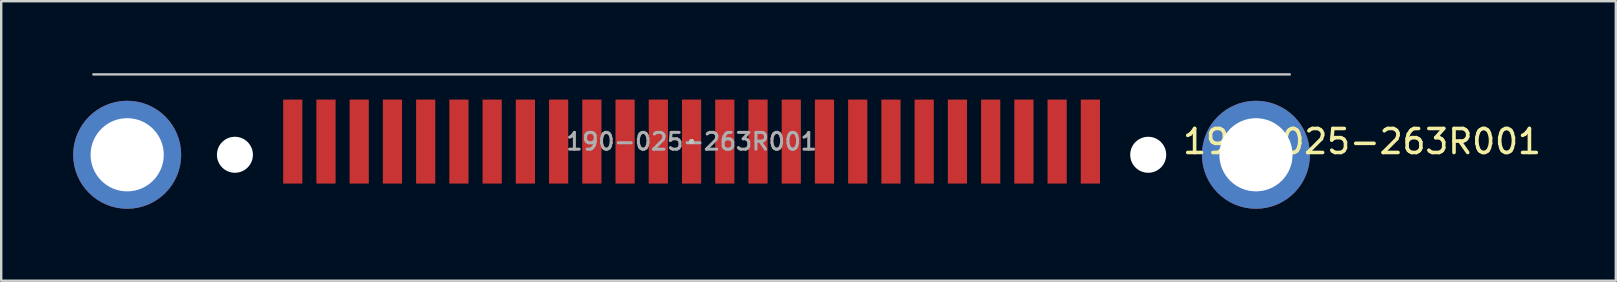
<source format=kicad_pcb>
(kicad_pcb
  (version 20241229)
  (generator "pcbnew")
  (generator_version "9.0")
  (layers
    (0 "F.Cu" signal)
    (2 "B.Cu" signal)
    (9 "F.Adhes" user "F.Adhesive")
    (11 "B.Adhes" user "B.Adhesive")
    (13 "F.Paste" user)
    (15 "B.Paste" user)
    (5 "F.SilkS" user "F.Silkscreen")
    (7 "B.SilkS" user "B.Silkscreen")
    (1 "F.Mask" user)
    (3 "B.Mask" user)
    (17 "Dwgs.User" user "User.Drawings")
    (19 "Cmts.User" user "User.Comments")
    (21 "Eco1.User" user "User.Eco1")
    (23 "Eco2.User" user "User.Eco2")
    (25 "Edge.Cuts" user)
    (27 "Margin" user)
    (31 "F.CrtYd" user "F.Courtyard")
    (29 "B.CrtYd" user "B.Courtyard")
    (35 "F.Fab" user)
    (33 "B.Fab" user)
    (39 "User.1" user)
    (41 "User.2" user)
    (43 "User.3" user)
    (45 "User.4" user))
  (footprint "190-025-263R001"
    (layer "F.Cu")
    (at 25.77 2.85)
    (property "Reference" "190-025-263R001" (at 27.94 0 0) (layer "F.SilkS") (effects (font (size 1 1) (thickness 0.15))))
    (attr through_hole)
    (fp_line (start 0 0) (end 0 0) (stroke (width 0.1) (type solid)) (layer "Dwgs.User"))
    (fp_line (start 0 0) (end 0 0) (stroke (width 0.1) (type solid)) (layer "Dwgs.User"))
    (fp_line (start 0 0) (end 0 0) (stroke (width 0.1) (type solid)) (layer "Dwgs.User"))
    (fp_line (start 0 0) (end 0 0) (stroke (width 0.1) (type solid)) (layer "Dwgs.User"))
    (fp_line (start 0 0) (end 0 0) (stroke (width 0.1) (type solid)) (layer "Dwgs.User"))
    (fp_line (start 0 0) (end 0 0) (stroke (width 0.1) (type solid)) (layer "Dwgs.User"))
    (fp_line (start 0 0) (end 0 0) (stroke (width 0.1) (type solid)) (layer "Dwgs.User"))
    (fp_line (start 0 0) (end 0 0) (stroke (width 0.1) (type solid)) (layer "Dwgs.User"))
    (fp_line (start 0 0) (end 0 0) (stroke (width 0.1) (type solid)) (layer "Dwgs.User"))
    (fp_line (start 0 0) (end 0 0) (stroke (width 0.1) (type solid)) (layer "Dwgs.User"))
    (fp_line (start 0 0) (end 0 0) (stroke (width 0.1) (type solid)) (layer "Dwgs.User"))
    (fp_line (start 0 0) (end 0 0) (stroke (width 0.1) (type solid)) (layer "Dwgs.User"))
    (fp_line (start 0 0) (end 0 0) (stroke (width 0.1) (type solid)) (layer "Dwgs.User"))
    (fp_line (start 0 0) (end 0 0) (stroke (width 0.1) (type solid)) (layer "Dwgs.User"))
    (fp_line (start 0 0) (end 0 0) (stroke (width 0.1) (type solid)) (layer "Dwgs.User"))
    (fp_line (start 0 0) (end 0 0) (stroke (width 0.1) (type solid)) (layer "Dwgs.User"))
    (fp_line (start 0 0) (end 0 0) (stroke (width 0.1) (type solid)) (layer "Dwgs.User"))
    (fp_line (start 0 0) (end 0 0) (stroke (width 0.1) (type solid)) (layer "Dwgs.User"))
    (fp_line (start 0 0) (end 0 0) (stroke (width 0.1) (type solid)) (layer "Dwgs.User"))
    (fp_line (start 0 0) (end 0 0) (stroke (width 0.1) (type solid)) (layer "Dwgs.User"))
    (fp_line (start 0 0) (end 0 0) (stroke (width 0.1) (type solid)) (layer "Dwgs.User"))
    (fp_line (start 0 0) (end 0 0) (stroke (width 0.1) (type solid)) (layer "Dwgs.User"))
    (fp_line (start 0 0) (end 0 0) (stroke (width 0.1) (type solid)) (layer "Dwgs.User"))
    (fp_line (start 0 0) (end 0 0) (stroke (width 0.1) (type solid)) (layer "Dwgs.User"))
    (fp_line (start 0 0) (end 0 0) (stroke (width 0.1) (type solid)) (layer "Dwgs.User"))
    (fp_line (start 0 0) (end 0 0) (stroke (width 0.1) (type solid)) (layer "Dwgs.User"))
    (fp_line (start 0 0) (end 0 0) (stroke (width 0.1) (type solid)) (layer "Dwgs.User"))
    (fp_line (start 0 0) (end 0 0) (stroke (width 0.1) (type solid)) (layer "Dwgs.User"))
    (fp_line (start 0 0) (end 0 0) (stroke (width 0.1) (type solid)) (layer "Dwgs.User"))
    (fp_line (start 0 0) (end 0 0) (stroke (width 0.1) (type solid)) (layer "Dwgs.User"))
    (fp_line (start 0 0) (end 0 0) (stroke (width 0.1) (type solid)) (layer "Dwgs.User"))
    (fp_line (start 0 0) (end 0 0) (stroke (width 0.1) (type solid)) (layer "Dwgs.User"))
    (fp_line (start 0 0) (end 0 0) (stroke (width 0.1) (type solid)) (layer "Dwgs.User"))
    (fp_line (start 0 0) (end 0 0) (stroke (width 0.1) (type solid)) (layer "Dwgs.User"))
    (fp_line (start 0 0) (end 0 0) (stroke (width 0.1) (type solid)) (layer "Dwgs.User"))
    (fp_line (start 0 0) (end 0 0) (stroke (width 0.1) (type solid)) (layer "Dwgs.User"))
    (fp_line (start 0 0) (end 0 0) (stroke (width 0.1) (type solid)) (layer "Dwgs.User"))
    (fp_line (start 0 0) (end 0 0) (stroke (width 0.1) (type solid)) (layer "Dwgs.User"))
    (fp_line (start 0 0) (end 0 0) (stroke (width 0.1) (type solid)) (layer "Dwgs.User"))
    (fp_line (start 0 0) (end 0 0) (stroke (width 0.1) (type solid)) (layer "Dwgs.User"))
    (fp_line (start 0 0) (end 0 0) (stroke (width 0.1) (type solid)) (layer "Dwgs.User"))
    (fp_line (start 0 0) (end 0 0) (stroke (width 0.1) (type solid)) (layer "Dwgs.User"))
    (fp_line (start 0 0) (end 0 0) (stroke (width 0.1) (type solid)) (layer "Dwgs.User"))
    (fp_line (start 0 0) (end 0 0) (stroke (width 0.1) (type solid)) (layer "Dwgs.User"))
    (fp_line (start 0 0) (end 0 0) (stroke (width 0.1) (type solid)) (layer "Dwgs.User"))
    (fp_line (start 0 0) (end 0 0) (stroke (width 0.1) (type solid)) (layer "Dwgs.User"))
    (fp_line (start 0 0) (end 0 0) (stroke (width 0.1) (type solid)) (layer "Dwgs.User"))
    (fp_line (start 0 0) (end 0 0) (stroke (width 0.1) (type solid)) (layer "Dwgs.User"))
    (fp_line (start 0 0) (end 0 0) (stroke (width 0.1) (type solid)) (layer "Dwgs.User"))
    (fp_line (start 0 0) (end 0 0) (stroke (width 0.1) (type solid)) (layer "Dwgs.User"))
    (fp_line (start 0 0) (end 0 0) (stroke (width 0.1) (type solid)) (layer "Dwgs.User"))
    (fp_line (start 0 0) (end 0 0) (stroke (width 0.1) (type solid)) (layer "Dwgs.User"))
    (fp_line (start 0 0) (end 0 0) (stroke (width 0.1) (type solid)) (layer "Dwgs.User"))
    (fp_line (start 0 0) (end 0 0) (stroke (width 0.1) (type solid)) (layer "Dwgs.User"))
    (fp_line (start 0 0) (end 0 0) (stroke (width 0.1) (type solid)) (layer "Dwgs.User"))
    (fp_line (start 0 0) (end 0 0) (stroke (width 0.1) (type solid)) (layer "Dwgs.User"))
    (fp_line (start 0 0) (end 0 0) (stroke (width 0.1) (type solid)) (layer "Dwgs.User"))
    (fp_line (start 0 0) (end 0 0) (stroke (width 0.1) (type solid)) (layer "Dwgs.User"))
    (fp_line (start 0 0) (end 0 0) (stroke (width 0.1) (type solid)) (layer "Dwgs.User"))
    (fp_line (start 0 0) (end 0 0) (stroke (width 0.1) (type solid)) (layer "Dwgs.User"))
    (fp_line (start 0 0) (end 0 0) (stroke (width 0.1) (type solid)) (layer "Dwgs.User"))
    (fp_line (start 0 0) (end 0 0) (stroke (width 0.1) (type solid)) (layer "Dwgs.User"))
    (fp_line (start 0 0) (end 0 0) (stroke (width 0.1) (type solid)) (layer "Dwgs.User"))
    (fp_line (start 0 0) (end 0 0) (stroke (width 0.1) (type solid)) (layer "Dwgs.User"))
    (fp_line (start 0 0) (end 0 0) (stroke (width 0.1) (type solid)) (layer "Dwgs.User"))
    (fp_line (start 0 0) (end 0 0) (stroke (width 0.1) (type solid)) (layer "Dwgs.User"))
    (fp_line (start 0 0) (end 0 0) (stroke (width 0.1) (type solid)) (layer "Dwgs.User"))
    (fp_line (start 0 0) (end 0 0) (stroke (width 0.1) (type solid)) (layer "Dwgs.User"))
    (fp_line (start 0 0) (end 0 0) (stroke (width 0.1) (type solid)) (layer "Dwgs.User"))
    (fp_line (start 0 0) (end 0 0) (stroke (width 0.1) (type solid)) (layer "Dwgs.User"))
    (fp_line (start 0 0) (end 0 0) (stroke (width 0.1) (type solid)) (layer "Dwgs.User"))
    (fp_line (start 0 0) (end 0 0) (stroke (width 0.1) (type solid)) (layer "Dwgs.User"))
    (fp_line (start 0 0) (end 0 0) (stroke (width 0.1) (type solid)) (layer "Dwgs.User"))
    (fp_line (start 0 0) (end 0 0) (stroke (width 0.1) (type solid)) (layer "Dwgs.User"))
    (fp_line (start 0 0) (end 0 0) (stroke (width 0.1) (type solid)) (layer "Dwgs.User"))
    (fp_line (start 0 0) (end 0 0) (stroke (width 0.1) (type solid)) (layer "Dwgs.User"))
    (fp_line (start 0 0) (end 0 0) (stroke (width 0.1) (type solid)) (layer "Dwgs.User"))
    (fp_line (start 0 0) (end 0 0) (stroke (width 0.1) (type solid)) (layer "Dwgs.User"))
    (fp_line (start 0 0) (end 0 0) (stroke (width 0.1) (type solid)) (layer "Dwgs.User"))
    (fp_line (start 0 0) (end 0 0) (stroke (width 0.1) (type solid)) (layer "Dwgs.User"))
    (fp_line (start 0 0) (end 0 0) (stroke (width 0.1) (type solid)) (layer "Dwgs.User"))
    (fp_line (start 0 0) (end 0 0) (stroke (width 0.1) (type solid)) (layer "Dwgs.User"))
    (fp_line (start 0 0) (end 0 0) (stroke (width 0.1) (type solid)) (layer "Dwgs.User"))
    (fp_line (start 0 0) (end 0 0) (stroke (width 0.1) (type solid)) (layer "Dwgs.User"))
    (fp_line (start 0 0) (end 0 0) (stroke (width 0.1) (type solid)) (layer "Dwgs.User"))
    (fp_line (start 0 0) (end 0 0) (stroke (width 0.1) (type solid)) (layer "Dwgs.User"))
    (fp_line (start 0 0) (end 0 0) (stroke (width 0.1) (type solid)) (layer "Dwgs.User"))
    (fp_line (start 0 0) (end 0 0) (stroke (width 0.1) (type solid)) (layer "Dwgs.User"))
    (fp_line (start 0 0) (end 0 0) (stroke (width 0.1) (type solid)) (layer "Dwgs.User"))
    (fp_line (start 0 0) (end 0 0) (stroke (width 0.1) (type solid)) (layer "Dwgs.User"))
    (fp_line (start 0 0) (end 0 0) (stroke (width 0.1) (type solid)) (layer "Dwgs.User"))
    (fp_line (start 0 0) (end 0 0) (stroke (width 0.1) (type solid)) (layer "Dwgs.User"))
    (fp_line (start 0 0) (end 0 0) (stroke (width 0.1) (type solid)) (layer "Dwgs.User"))
    (fp_line (start 0 0) (end 0 0) (stroke (width 0.1) (type solid)) (layer "Dwgs.User"))
    (fp_line (start 0 0) (end 0 0) (stroke (width 0.1) (type solid)) (layer "Dwgs.User"))
    (fp_line (start 0 0) (end 0 0) (stroke (width 0.1) (type solid)) (layer "Dwgs.User"))
    (fp_line (start 0 0) (end 0 0) (stroke (width 0.1) (type solid)) (layer "Dwgs.User"))
    (fp_line (start 0 0) (end 0 0) (stroke (width 0.1) (type solid)) (layer "Dwgs.User"))
    (fp_line (start 0 0) (end 0 0) (stroke (width 0.1) (type solid)) (layer "Dwgs.User"))
    (fp_line (start 0 0) (end 0 0) (stroke (width 0.1) (type solid)) (layer "Dwgs.User"))
    (fp_line (start 0 0) (end 0 0) (stroke (width 0.1) (type solid)) (layer "Dwgs.User"))
    (fp_line (start 0 0) (end 0 0) (stroke (width 0.1) (type solid)) (layer "Dwgs.User"))
    (fp_line (start 0 0) (end 0 0) (stroke (width 0.1) (type solid)) (layer "Dwgs.User"))
    (fp_line (start 0 0) (end 0 0) (stroke (width 0.1) (type solid)) (layer "Dwgs.User"))
    (fp_line (start 0 0) (end 0 0) (stroke (width 0.1) (type solid)) (layer "Dwgs.User"))
    (fp_line (start 0 0) (end 0 0) (stroke (width 0.1) (type solid)) (layer "Dwgs.User"))
    (fp_line (start 0 0) (end 0 0) (stroke (width 0.1) (type solid)) (layer "Dwgs.User"))
    (fp_line (start 0 0) (end 0 0) (stroke (width 0.1) (type solid)) (layer "Dwgs.User"))
    (fp_line (start 0 0) (end 0 0) (stroke (width 0.1) (type solid)) (layer "Dwgs.User"))
    (fp_line (start 0 0) (end 0 0) (stroke (width 0.1) (type solid)) (layer "Dwgs.User"))
    (fp_line (start 0 0) (end 0 0) (stroke (width 0.1) (type solid)) (layer "Dwgs.User"))
    (fp_line (start 0 0) (end 0 0) (stroke (width 0.1) (type solid)) (layer "Dwgs.User"))
    (fp_line (start 0 0) (end 0 0) (stroke (width 0.1) (type solid)) (layer "Dwgs.User"))
    (fp_line (start 0 0) (end 0 0) (stroke (width 0.1) (type solid)) (layer "Dwgs.User"))
    (fp_line (start 0 0) (end 0 0) (stroke (width 0.1) (type solid)) (layer "Dwgs.User"))
    (fp_line (start 0 0) (end 0 0) (stroke (width 0.1) (type solid)) (layer "Dwgs.User"))
    (fp_line (start 0 0) (end 0 0) (stroke (width 0.1) (type solid)) (layer "Dwgs.User"))
    (fp_line (start 0 0) (end 0 0) (stroke (width 0.1) (type solid)) (layer "Dwgs.User"))
    (fp_line (start 0 0) (end 0 0) (stroke (width 0.1) (type solid)) (layer "Dwgs.User"))
    (fp_line (start 0 0) (end 0 0) (stroke (width 0.1) (type solid)) (layer "Dwgs.User"))
    (fp_line (start 0 0) (end 0 0) (stroke (width 0.1) (type solid)) (layer "Dwgs.User"))
    (fp_line (start 0 0) (end 0 0) (stroke (width 0.1) (type solid)) (layer "Dwgs.User"))
    (fp_line (start 0 0) (end 0 0) (stroke (width 0.1) (type solid)) (layer "Dwgs.User"))
    (fp_line (start 0 0) (end 0 0) (stroke (width 0.1) (type solid)) (layer "Dwgs.User"))
    (fp_line (start 0 0) (end 0 0) (stroke (width 0.1) (type solid)) (layer "Dwgs.User"))
    (fp_line (start 0 0) (end 0 0) (stroke (width 0.1) (type solid)) (layer "Dwgs.User"))
    (fp_line (start 0 0) (end 0 0) (stroke (width 0.1) (type solid)) (layer "Dwgs.User"))
    (fp_line (start 0 0) (end 0 0) (stroke (width 0.1) (type solid)) (layer "Dwgs.User"))
    (fp_line (start 0 0) (end 0 0) (stroke (width 0.1) (type solid)) (layer "Dwgs.User"))
    (fp_line (start 0 0) (end 0 0) (stroke (width 0.1) (type solid)) (layer "Dwgs.User"))
    (fp_line (start 0 0) (end 0 0) (stroke (width 0.1) (type solid)) (layer "Dwgs.User"))
    (fp_line (start 0 0) (end 0 0) (stroke (width 0.1) (type solid)) (layer "Dwgs.User"))
    (fp_line (start 0 0) (end 0 0) (stroke (width 0.1) (type solid)) (layer "Dwgs.User"))
    (fp_line (start 0 0) (end 0 0) (stroke (width 0.1) (type solid)) (layer "Dwgs.User"))
    (fp_line (start 0 0) (end 0 0) (stroke (width 0.1) (type solid)) (layer "Dwgs.User"))
    (fp_line (start 0 0) (end 0 0) (stroke (width 0.1) (type solid)) (layer "Dwgs.User"))
    (fp_line (start 0 0) (end 0 0) (stroke (width 0.1) (type solid)) (layer "Dwgs.User"))
    (fp_line (start 0 0) (end 0 0) (stroke (width 0.1) (type solid)) (layer "Dwgs.User"))
    (fp_line (start 0 0) (end 0 0) (stroke (width 0.1) (type solid)) (layer "Dwgs.User"))
    (fp_line (start 0 0) (end 0 0) (stroke (width 0.1) (type solid)) (layer "Dwgs.User"))
    (fp_line (start 0 0) (end 0 0) (stroke (width 0.1) (type solid)) (layer "Dwgs.User"))
    (fp_line (start 0 0) (end 0 0) (stroke (width 0.1) (type solid)) (layer "Dwgs.User"))
    (fp_line (start 0 0) (end 0 0) (stroke (width 0.1) (type solid)) (layer "Dwgs.User"))
    (fp_line (start 0 0) (end 0 0) (stroke (width 0.1) (type solid)) (layer "Dwgs.User"))
    (fp_line (start 0 0) (end 0 0) (stroke (width 0.1) (type solid)) (layer "Dwgs.User"))
    (fp_line (start 0 0) (end 0 0) (stroke (width 0.1) (type solid)) (layer "Dwgs.User"))
    (fp_line (start 0 0) (end 0 0) (stroke (width 0.1) (type solid)) (layer "Dwgs.User"))
    (fp_line (start 0 0) (end 0 0) (stroke (width 0.1) (type solid)) (layer "Dwgs.User"))
    (fp_line (start 0 0) (end 0 0) (stroke (width 0.1) (type solid)) (layer "Dwgs.User"))
    (fp_line (start 0 0) (end 0 0) (stroke (width 0.1) (type solid)) (layer "Dwgs.User"))
    (fp_line (start 0 0) (end 0 0) (stroke (width 0.1) (type solid)) (layer "Dwgs.User"))
    (fp_line (start 0 0) (end 0 0) (stroke (width 0.1) (type solid)) (layer "Dwgs.User"))
    (fp_line (start 0 0) (end 0 0) (stroke (width 0.1) (type solid)) (layer "Dwgs.User"))
    (fp_line (start 0 0) (end 0 0) (stroke (width 0.1) (type solid)) (layer "Dwgs.User"))
    (fp_line (start 0 0) (end 0 0) (stroke (width 0.1) (type solid)) (layer "Dwgs.User"))
    (fp_line (start 0 0) (end 0 0) (stroke (width 0.1) (type solid)) (layer "Dwgs.User"))
    (fp_line (start 0 0) (end 0 0) (stroke (width 0.1) (type solid)) (layer "Dwgs.User"))
    (fp_line (start 0 0) (end 0 0) (stroke (width 0.1) (type solid)) (layer "Dwgs.User"))
    (fp_line (start 0 0) (end 0 0) (stroke (width 0.1) (type solid)) (layer "Dwgs.User"))
    (fp_line (start 0 0) (end 0 0) (stroke (width 0.1) (type solid)) (layer "Dwgs.User"))
    (fp_line (start 0 0) (end 0 0) (stroke (width 0.1) (type solid)) (layer "Dwgs.User"))
    (fp_line (start 0 0) (end 0 0) (stroke (width 0.1) (type solid)) (layer "Dwgs.User"))
    (fp_line (start 0 0) (end 0 0) (stroke (width 0.1) (type solid)) (layer "Dwgs.User"))
    (fp_line (start 0 0) (end 0 0) (stroke (width 0.1) (type solid)) (layer "Dwgs.User"))
    (fp_line (start 0 0) (end 0 0) (stroke (width 0.1) (type solid)) (layer "Dwgs.User"))
    (fp_line (start 0 0) (end 0 0) (stroke (width 0.1) (type solid)) (layer "Dwgs.User"))
    (fp_line (start 0 0) (end 0 0) (stroke (width 0.1) (type solid)) (layer "Dwgs.User"))
    (fp_line (start 0 0) (end 0 0) (stroke (width 0.1) (type solid)) (layer "Dwgs.User"))
    (fp_line (start 0 0) (end 0 0) (stroke (width 0.1) (type solid)) (layer "Dwgs.User"))
    (fp_line (start 0 0) (end 0 0) (stroke (width 0.1) (type solid)) (layer "Dwgs.User"))
    (fp_line (start 0 0) (end 0 0) (stroke (width 0.1) (type solid)) (layer "Dwgs.User"))
    (fp_line (start 0 0) (end 0 0) (stroke (width 0.1) (type solid)) (layer "Dwgs.User"))
    (fp_line (start 0 0) (end 0 0) (stroke (width 0.1) (type solid)) (layer "Dwgs.User"))
    (fp_line (start 0 0) (end 0 0) (stroke (width 0.1) (type solid)) (layer "Dwgs.User"))
    (fp_line (start 0 0) (end 0 0) (stroke (width 0.1) (type solid)) (layer "Dwgs.User"))
    (fp_line (start 0 0) (end 0 0) (stroke (width 0.1) (type solid)) (layer "Dwgs.User"))
    (fp_line (start 0 0) (end 0 0) (stroke (width 0.1) (type solid)) (layer "Dwgs.User"))
    (fp_line (start 0 0) (end 0 0) (stroke (width 0.1) (type solid)) (layer "Dwgs.User"))
    (fp_line (start 0 0) (end 0 0) (stroke (width 0.1) (type solid)) (layer "Dwgs.User"))
    (fp_line (start 0 0) (end 0 0) (stroke (width 0.1) (type solid)) (layer "Dwgs.User"))
    (fp_line (start 0 0) (end 0 0) (stroke (width 0.1) (type solid)) (layer "Dwgs.User"))
    (fp_line (start 0 0) (end 0 0) (stroke (width 0.1) (type solid)) (layer "Dwgs.User"))
    (fp_line (start 0 0) (end 0 0) (stroke (width 0.1) (type solid)) (layer "Dwgs.User"))
    (fp_line (start 0 0) (end 0 0) (stroke (width 0.1) (type solid)) (layer "Dwgs.User"))
    (fp_line (start 0 0) (end 0 0) (stroke (width 0.1) (type solid)) (layer "Dwgs.User"))
    (fp_line (start 0 0) (end 0 0) (stroke (width 0.1) (type solid)) (layer "Dwgs.User"))
    (fp_line (start 0 0) (end 0 0) (stroke (width 0.1) (type solid)) (layer "Dwgs.User"))
    (fp_line (start 0 0) (end 0 0) (stroke (width 0.1) (type solid)) (layer "Dwgs.User"))
    (fp_line (start 0 0) (end 0 0) (stroke (width 0.1) (type solid)) (layer "Dwgs.User"))
    (fp_line (start 0 0) (end 0 0) (stroke (width 0.1) (type solid)) (layer "Dwgs.User"))
    (fp_line (start 0 0) (end 0 0) (stroke (width 0.1) (type solid)) (layer "Dwgs.User"))
    (fp_line (start 0 0) (end 0 0) (stroke (width 0.1) (type solid)) (layer "Dwgs.User"))
    (fp_line (start 0 0) (end 0 0) (stroke (width 0.1) (type solid)) (layer "Dwgs.User"))
    (fp_line (start 0 0) (end 0 0) (stroke (width 0.1) (type solid)) (layer "Dwgs.User"))
    (fp_line (start 0 0) (end 0 0) (stroke (width 0.1) (type solid)) (layer "Dwgs.User"))
    (fp_line (start 0 0) (end 0 0) (stroke (width 0.1) (type solid)) (layer "Dwgs.User"))
    (fp_line (start 0 0) (end 0 0) (stroke (width 0.1) (type solid)) (layer "Dwgs.User"))
    (fp_line (start 0 0) (end 0 0) (stroke (width 0.1) (type solid)) (layer "Dwgs.User"))
    (fp_line (start 0 0) (end 0 0) (stroke (width 0.1) (type solid)) (layer "Dwgs.User"))
    (fp_line (start 0 0) (end 0 0) (stroke (width 0.1) (type solid)) (layer "Dwgs.User"))
    (fp_line (start 0 0) (end 0 0) (stroke (width 0.1) (type solid)) (layer "Dwgs.User"))
    (fp_line (start 0 0) (end 0 0) (stroke (width 0.1) (type solid)) (layer "Dwgs.User"))
    (fp_line (start 0 0) (end 0 0) (stroke (width 0.1) (type solid)) (layer "Dwgs.User"))
    (fp_line (start 0 0) (end 0 0) (stroke (width 0.1) (type solid)) (layer "Dwgs.User"))
    (fp_line (start 0 0) (end 0 0) (stroke (width 0.1) (type solid)) (layer "Dwgs.User"))
    (fp_line (start 0 0) (end 0 0) (stroke (width 0.1) (type solid)) (layer "Dwgs.User"))
    (fp_line (start 0 0) (end 0 0) (stroke (width 0.1) (type solid)) (layer "Dwgs.User"))
    (fp_line (start 0 0) (end 0 0) (stroke (width 0.1) (type solid)) (layer "Dwgs.User"))
    (fp_line (start 0 0) (end 0 0) (stroke (width 0.1) (type solid)) (layer "Dwgs.User"))
    (fp_line (start 0 0) (end 0 0) (stroke (width 0.1) (type solid)) (layer "Dwgs.User"))
    (fp_line (start 0 0) (end 0 0) (stroke (width 0.1) (type solid)) (layer "Dwgs.User"))
    (fp_line (start 0 0) (end 0 0) (stroke (width 0.1) (type solid)) (layer "Dwgs.User"))
    (fp_line (start 0 0) (end 0 0) (stroke (width 0.1) (type solid)) (layer "Dwgs.User"))
    (fp_line (start 0 0) (end 0 0) (stroke (width 0.1) (type solid)) (layer "Dwgs.User"))
    (fp_line (start 0 0) (end 0 0) (stroke (width 0.1) (type solid)) (layer "Dwgs.User"))
    (fp_line (start 0 0) (end 0 0) (stroke (width 0.1) (type solid)) (layer "Dwgs.User"))
    (fp_line (start 0 0) (end 0 0) (stroke (width 0.1) (type solid)) (layer "Dwgs.User"))
    (fp_line (start 0 0) (end 0 0) (stroke (width 0.1) (type solid)) (layer "Dwgs.User"))
    (fp_line (start 0 0) (end 0 0) (stroke (width 0.1) (type solid)) (layer "Dwgs.User"))
    (fp_line (start 0 0) (end 0 0) (stroke (width 0.1) (type solid)) (layer "Dwgs.User"))
    (fp_line (start 0 0) (end 0 0) (stroke (width 0.1) (type solid)) (layer "Dwgs.User"))
    (fp_line (start 0 0) (end 0 0) (stroke (width 0.1) (type solid)) (layer "Dwgs.User"))
    (fp_line (start 0 0) (end 0 0) (stroke (width 0.1) (type solid)) (layer "Dwgs.User"))
    (fp_line (start 0 0) (end 0 0) (stroke (width 0.1) (type solid)) (layer "Dwgs.User"))
    (fp_line (start 0 0) (end 0 0) (stroke (width 0.1) (type solid)) (layer "Dwgs.User"))
    (fp_line (start 0 0) (end 0 0) (stroke (width 0.1) (type solid)) (layer "Dwgs.User"))
    (fp_line (start 0 0) (end 0 0) (stroke (width 0.1) (type solid)) (layer "Dwgs.User"))
    (fp_line (start 0 0) (end 0 0) (stroke (width 0.1) (type solid)) (layer "Dwgs.User"))
    (fp_line (start 0 0) (end 0 0) (stroke (width 0.1) (type solid)) (layer "Dwgs.User"))
    (fp_line (start 0 0) (end 0 0) (stroke (width 0.1) (type solid)) (layer "Dwgs.User"))
    (fp_line (start 0 0) (end 0 0) (stroke (width 0.1) (type solid)) (layer "Dwgs.User"))
    (fp_line (start 0 0) (end 0 0) (stroke (width 0.1) (type solid)) (layer "Dwgs.User"))
    (fp_line (start 0 0) (end 0 0) (stroke (width 0.1) (type solid)) (layer "Dwgs.User"))
    (fp_line (start 0 0) (end 0 0) (stroke (width 0.1) (type solid)) (layer "Dwgs.User"))
    (fp_line (start 0 0) (end 0 0) (stroke (width 0.1) (type solid)) (layer "Dwgs.User"))
    (fp_line (start 0 0) (end 0 0) (stroke (width 0.1) (type solid)) (layer "Dwgs.User"))
    (fp_line (start 0 0) (end 0 0) (stroke (width 0.1) (type solid)) (layer "Dwgs.User"))
    (fp_line (start 0 0) (end 0 0) (stroke (width 0.1) (type solid)) (layer "Dwgs.User"))
    (fp_line (start 0 0) (end 0 0) (stroke (width 0.1) (type solid)) (layer "Dwgs.User"))
    (fp_line (start 0 0) (end 0 0) (stroke (width 0.1) (type solid)) (layer "Dwgs.User"))
    (fp_line (start 0 0) (end 0 0) (stroke (width 0.1) (type solid)) (layer "Dwgs.User"))
    (fp_line (start 0 0) (end 0 0) (stroke (width 0.1) (type solid)) (layer "Dwgs.User"))
    (fp_line (start 0 0) (end 0 0) (stroke (width 0.1) (type solid)) (layer "Dwgs.User"))
    (fp_line (start 0 0) (end 0 0) (stroke (width 0.1) (type solid)) (layer "Dwgs.User"))
    (fp_line (start 0 0) (end 0 0) (stroke (width 0.1) (type solid)) (layer "Dwgs.User"))
    (fp_line (start 0 0) (end 0 0) (stroke (width 0.1) (type solid)) (layer "Dwgs.User"))
    (fp_line (start 0 0) (end 0 0) (stroke (width 0.1) (type solid)) (layer "Dwgs.User"))
    (fp_line (start 0 0) (end 0 0) (stroke (width 0.1) (type solid)) (layer "Dwgs.User"))
    (fp_line (start 0 0) (end 0 0) (stroke (width 0.1) (type solid)) (layer "Dwgs.User"))
    (fp_line (start 0 0) (end 0 0) (stroke (width 0.1) (type solid)) (layer "Dwgs.User"))
    (fp_line (start 0 0) (end 0 0) (stroke (width 0.1) (type solid)) (layer "Dwgs.User"))
    (fp_line (start 0 0) (end 0 0) (stroke (width 0.1) (type solid)) (layer "Dwgs.User"))
    (fp_line (start 0 0) (end 0 0) (stroke (width 0.1) (type solid)) (layer "Dwgs.User"))
    (fp_line (start 0 0) (end 0 0) (stroke (width 0.1) (type solid)) (layer "Dwgs.User"))
    (fp_line (start 0 0) (end 0 0) (stroke (width 0.1) (type solid)) (layer "Dwgs.User"))
    (fp_line (start 0 0) (end 0 0) (stroke (width 0.1) (type solid)) (layer "Dwgs.User"))
    (fp_line (start 0 0) (end 0 0) (stroke (width 0.1) (type solid)) (layer "Dwgs.User"))
    (fp_line (start 0 0) (end 0 0) (stroke (width 0.1) (type solid)) (layer "Dwgs.User"))
    (fp_line (start 0 0) (end 0 0) (stroke (width 0.1) (type solid)) (layer "Dwgs.User"))
    (fp_line (start 0 0) (end 0 0) (stroke (width 0.1) (type solid)) (layer "Dwgs.User"))
    (fp_line (start 0 0) (end 0 0) (stroke (width 0.1) (type solid)) (layer "Dwgs.User"))
    (fp_line (start 0 0) (end 0 0) (stroke (width 0.1) (type solid)) (layer "Dwgs.User"))
    (fp_line (start 0 0) (end 0 0) (stroke (width 0.1) (type solid)) (layer "Dwgs.User"))
    (fp_line (start 0 0) (end 0 0) (stroke (width 0.1) (type solid)) (layer "Dwgs.User"))
    (fp_line (start 0 0) (end 0 0) (stroke (width 0.1) (type solid)) (layer "Dwgs.User"))
    (fp_line (start 0 0) (end 0 0) (stroke (width 0.1) (type solid)) (layer "Dwgs.User"))
    (fp_line (start 0 0) (end 0 0) (stroke (width 0.1) (type solid)) (layer "Dwgs.User"))
    (fp_line (start 0 0) (end 0 0) (stroke (width 0.1) (type solid)) (layer "Dwgs.User"))
    (fp_line (start 0 0) (end 0 0) (stroke (width 0.1) (type solid)) (layer "Dwgs.User"))
    (fp_line (start 0 0) (end 0 0) (stroke (width 0.1) (type solid)) (layer "Dwgs.User"))
    (fp_line (start 0 0) (end 0 0) (stroke (width 0.1) (type solid)) (layer "Dwgs.User"))
    (fp_line (start 0 0) (end 0 0) (stroke (width 0.1) (type solid)) (layer "Dwgs.User"))
    (fp_line (start 0 0) (end 0 0) (stroke (width 0.1) (type solid)) (layer "Dwgs.User"))
    (fp_line (start 0 0) (end 0 0) (stroke (width 0.1) (type solid)) (layer "Dwgs.User"))
    (fp_line (start 0 0) (end 0 0) (stroke (width 0.1) (type solid)) (layer "Dwgs.User"))
    (fp_line (start 0 0) (end 0 0) (stroke (width 0.1) (type solid)) (layer "Dwgs.User"))
    (fp_line (start 0 0) (end 0 0) (stroke (width 0.1) (type solid)) (layer "Dwgs.User"))
    (fp_line (start 0 0) (end 0 0) (stroke (width 0.1) (type solid)) (layer "Dwgs.User"))
    (fp_line (start 0 0) (end 0 0) (stroke (width 0.1) (type solid)) (layer "Dwgs.User"))
    (fp_line (start 0 0) (end 0 0) (stroke (width 0.1) (type solid)) (layer "Dwgs.User"))
    (fp_line (start 0 0) (end 0 0) (stroke (width 0.1) (type solid)) (layer "Dwgs.User"))
    (fp_line (start 0 0) (end 0 0) (stroke (width 0.1) (type solid)) (layer "Dwgs.User"))
    (fp_line (start 0 0) (end 0 0) (stroke (width 0.1) (type solid)) (layer "Dwgs.User"))
    (fp_line (start 0 0) (end 0 0) (stroke (width 0.1) (type solid)) (layer "Dwgs.User"))
    (fp_line (start 0 0) (end 0 0) (stroke (width 0.1) (type solid)) (layer "Dwgs.User"))
    (fp_line (start 0 0) (end 0 0) (stroke (width 0.1) (type solid)) (layer "Dwgs.User"))
    (fp_line (start 0 0) (end 0 0) (stroke (width 0.1) (type solid)) (layer "Dwgs.User"))
    (fp_line (start 0 0) (end 0 0) (stroke (width 0.1) (type solid)) (layer "Dwgs.User"))
    (fp_line (start 0 0) (end 0 0) (stroke (width 0.1) (type solid)) (layer "Dwgs.User"))
    (fp_line (start 0 0) (end 0 0) (stroke (width 0.1) (type solid)) (layer "Dwgs.User"))
    (fp_line (start 0 0) (end 0 0) (stroke (width 0.1) (type solid)) (layer "Dwgs.User"))
    (fp_line (start 0 0) (end 0 0) (stroke (width 0.1) (type solid)) (layer "Dwgs.User"))
    (fp_line (start 0 0) (end 0 0) (stroke (width 0.1) (type solid)) (layer "Dwgs.User"))
    (fp_line (start 0 0) (end 0 0) (stroke (width 0.1) (type solid)) (layer "Dwgs.User"))
    (fp_line (start 0 0) (end 0 0) (stroke (width 0.1) (type solid)) (layer "Dwgs.User"))
    (fp_line (start 0 0) (end 0 0) (stroke (width 0.1) (type solid)) (layer "Dwgs.User"))
    (fp_line (start 0 0) (end 0 0) (stroke (width 0.1) (type solid)) (layer "Dwgs.User"))
    (fp_line (start 0 0) (end 0 0) (stroke (width 0.1) (type solid)) (layer "Dwgs.User"))
    (fp_line (start 0 0) (end 0 0) (stroke (width 0.1) (type solid)) (layer "Dwgs.User"))
    (fp_line (start 0 0) (end 0 0) (stroke (width 0.1) (type solid)) (layer "Dwgs.User"))
    (fp_line (start 0 0) (end 0 0) (stroke (width 0.1) (type solid)) (layer "Dwgs.User"))
    (fp_line (start 0 0) (end 0 0) (stroke (width 0.1) (type solid)) (layer "Dwgs.User"))
    (fp_line (start 0 0) (end 0 0) (stroke (width 0.1) (type solid)) (layer "Dwgs.User"))
    (fp_line (start 0 0) (end 0 0) (stroke (width 0.1) (type solid)) (layer "Dwgs.User"))
    (fp_line (start 0 0) (end 0 0) (stroke (width 0.1) (type solid)) (layer "Dwgs.User"))
    (fp_line (start 0 0) (end 0 0) (stroke (width 0.1) (type solid)) (layer "Dwgs.User"))
    (fp_line (start 0 0) (end 0 0) (stroke (width 0.1) (type solid)) (layer "Dwgs.User"))
    (fp_line (start 0 0) (end 0 0) (stroke (width 0.1) (type solid)) (layer "Dwgs.User"))
    (fp_line (start 0 0) (end 0 0) (stroke (width 0.1) (type solid)) (layer "Dwgs.User"))
    (fp_line (start 0 0) (end 0 0) (stroke (width 0.1) (type solid)) (layer "Dwgs.User"))
    (fp_line (start 0 0) (end 0 0) (stroke (width 0.1) (type solid)) (layer "Dwgs.User"))
    (fp_line (start 0 0) (end 0 0) (stroke (width 0.1) (type solid)) (layer "Dwgs.User"))
    (fp_line (start 0 0) (end 0 0) (stroke (width 0.1) (type solid)) (layer "Dwgs.User"))
    (fp_line (start 0 0) (end 0 0) (stroke (width 0.1) (type solid)) (layer "Dwgs.User"))
    (fp_line (start 0 0) (end 0 0) (stroke (width 0.1) (type solid)) (layer "Dwgs.User"))
    (fp_line (start 0 0) (end 0 0) (stroke (width 0.1) (type solid)) (layer "Dwgs.User"))
    (fp_line (start 0 0) (end 0 0) (stroke (width 0.1) (type solid)) (layer "Dwgs.User"))
    (fp_line (start 0 0) (end 0 0) (stroke (width 0.1) (type solid)) (layer "Dwgs.User"))
    (fp_line (start 0 0) (end 0 0) (stroke (width 0.1) (type solid)) (layer "Dwgs.User"))
    (fp_line (start 0 0) (end 0 0) (stroke (width 0.1) (type solid)) (layer "Dwgs.User"))
    (fp_line (start 0 0) (end 0 0) (stroke (width 0.1) (type solid)) (layer "Dwgs.User"))
    (fp_line (start 0 0) (end 0 0) (stroke (width 0.1) (type solid)) (layer "Dwgs.User"))
    (fp_line (start 0 0) (end 0 0) (stroke (width 0.1) (type solid)) (layer "Dwgs.User"))
    (fp_line (start 0 0) (end 0 0) (stroke (width 0.1) (type solid)) (layer "Dwgs.User"))
    (fp_line (start 0 0) (end 0 0) (stroke (width 0.1) (type solid)) (layer "Dwgs.User"))
    (fp_line (start 0 0) (end 0 0) (stroke (width 0.1) (type solid)) (layer "Dwgs.User"))
    (fp_line (start 0 0) (end 0 0) (stroke (width 0.1) (type solid)) (layer "Dwgs.User"))
    (fp_line (start 0 0) (end 0 0) (stroke (width 0.1) (type solid)) (layer "Dwgs.User"))
    (fp_line (start 0 0) (end 0 0) (stroke (width 0.1) (type solid)) (layer "Dwgs.User"))
    (fp_line (start 0 0) (end 0 0) (stroke (width 0.1) (type solid)) (layer "Dwgs.User"))
    (fp_line (start 0 0) (end 0 0) (stroke (width 0.1) (type solid)) (layer "Dwgs.User"))
    (fp_line (start 0 0) (end 0 0) (stroke (width 0.1) (type solid)) (layer "Dwgs.User"))
    (fp_line (start 0 0) (end 0 0) (stroke (width 0.1) (type solid)) (layer "Dwgs.User"))
    (fp_line (start 0 0) (end 0 0) (stroke (width 0.1) (type solid)) (layer "Dwgs.User"))
    (fp_line (start 0 0) (end 0 0) (stroke (width 0.1) (type solid)) (layer "Dwgs.User"))
    (fp_line (start 0 0) (end 0 0) (stroke (width 0.1) (type solid)) (layer "Dwgs.User"))
    (fp_line (start 0 0) (end 0 0) (stroke (width 0.1) (type solid)) (layer "Dwgs.User"))
    (fp_line (start 0 0) (end 0 0) (stroke (width 0.1) (type solid)) (layer "Dwgs.User"))
    (fp_line (start 0 0) (end 0 0) (stroke (width 0.1) (type solid)) (layer "Dwgs.User"))
    (fp_line (start 0 0) (end 0 0) (stroke (width 0.1) (type solid)) (layer "Dwgs.User"))
    (fp_line (start 0 0) (end 0 0) (stroke (width 0.1) (type solid)) (layer "Dwgs.User"))
    (fp_line (start 0 0) (end 0 0) (stroke (width 0.1) (type solid)) (layer "Dwgs.User"))
    (fp_line (start 0 0) (end 0 0) (stroke (width 0.1) (type solid)) (layer "Dwgs.User"))
    (fp_line (start 0 0) (end 0 0) (stroke (width 0.1) (type solid)) (layer "Dwgs.User"))
    (fp_line (start 0 0) (end 0 0) (stroke (width 0.1) (type solid)) (layer "Dwgs.User"))
    (fp_line (start 0 0) (end 0 0) (stroke (width 0.1) (type solid)) (layer "Dwgs.User"))
    (fp_line (start 0 0) (end 0 0) (stroke (width 0.1) (type solid)) (layer "Dwgs.User"))
    (fp_line (start 0 0) (end 0 0) (stroke (width 0.1) (type solid)) (layer "Dwgs.User"))
    (fp_line (start 0 0) (end 0 0) (stroke (width 0.1) (type solid)) (layer "Dwgs.User"))
    (fp_line (start 0 0) (end 0 0) (stroke (width 0.1) (type solid)) (layer "Dwgs.User"))
    (fp_line (start 0 0) (end 0 0) (stroke (width 0.1) (type solid)) (layer "Dwgs.User"))
    (fp_line (start 0 0) (end 0 0) (stroke (width 0.1) (type solid)) (layer "Dwgs.User"))
    (fp_line (start 0 0) (end 0 0) (stroke (width 0.1) (type solid)) (layer "Dwgs.User"))
    (fp_line (start 0 0) (end 0 0) (stroke (width 0.1) (type solid)) (layer "Dwgs.User"))
    (fp_line (start 0 0) (end 0 0) (stroke (width 0.1) (type solid)) (layer "Dwgs.User"))
    (fp_line (start 0 0) (end 0 0) (stroke (width 0.1) (type solid)) (layer "Dwgs.User"))
    (fp_line (start 0 0) (end 0 0) (stroke (width 0.1) (type solid)) (layer "Dwgs.User"))
    (fp_line (start 0 0) (end 0 0) (stroke (width 0.1) (type solid)) (layer "Dwgs.User"))
    (fp_line (start 0 0) (end 0 0) (stroke (width 0.1) (type solid)) (layer "Dwgs.User"))
    (fp_line (start 0 0) (end 0 0) (stroke (width 0.1) (type solid)) (layer "Dwgs.User"))
    (fp_line (start 0 0) (end 0 0) (stroke (width 0.1) (type solid)) (layer "Dwgs.User"))
    (fp_line (start 0 0) (end 0 0) (stroke (width 0.1) (type solid)) (layer "Dwgs.User"))
    (fp_line (start 0 0) (end 0 0) (stroke (width 0.1) (type solid)) (layer "Dwgs.User"))
    (fp_line (start 0 0) (end 0 0) (stroke (width 0.1) (type solid)) (layer "Dwgs.User"))
    (fp_line (start 0 0) (end 0 0) (stroke (width 0.1) (type solid)) (layer "Dwgs.User"))
    (fp_line (start 0 0) (end 0 0) (stroke (width 0.1) (type solid)) (layer "Dwgs.User"))
    (fp_line (start 0 0) (end 0 0) (stroke (width 0.1) (type solid)) (layer "Dwgs.User"))
    (fp_line (start 0 0) (end 0 0) (stroke (width 0.1) (type solid)) (layer "Dwgs.User"))
    (fp_line (start 0 0) (end 0 0) (stroke (width 0.1) (type solid)) (layer "Dwgs.User"))
    (fp_line (start 0 0) (end 0 0) (stroke (width 0.1) (type solid)) (layer "Dwgs.User"))
    (fp_line (start 0 0) (end 0 0) (stroke (width 0.1) (type solid)) (layer "Dwgs.User"))
    (fp_line (start 0 0) (end 0 0) (stroke (width 0.1) (type solid)) (layer "Dwgs.User"))
    (fp_line (start 0 0) (end 0 0) (stroke (width 0.1) (type solid)) (layer "Dwgs.User"))
    (fp_line (start 0 0) (end 0 0) (stroke (width 0.1) (type solid)) (layer "Dwgs.User"))
    (fp_line (start 24.93 -2.8) (end -24.93 -2.8) (stroke (width 0.1) (type solid)) (layer "Dwgs.User"))
    (fp_arc (start 0 0) (mid 0 0) (end 0 0) (stroke (width 0.1) (type solid)) (layer "Dwgs.User"))
    (fp_arc (start 0 0) (mid 0 0) (end 0 0) (stroke (width 0.1) (type solid)) (layer "Dwgs.User"))
    (fp_arc (start 0 0) (mid 0 0) (end 0 0) (stroke (width 0.1) (type solid)) (layer "Dwgs.User"))
    (fp_arc (start 0 0) (mid 0 0) (end 0 0) (stroke (width 0.1) (type solid)) (layer "Dwgs.User"))
    (fp_arc (start 0 0) (mid 0 0) (end 0 0) (stroke (width 0.1) (type solid)) (layer "Dwgs.User"))
    (fp_arc (start 0 0) (mid 0 0) (end 0 0) (stroke (width 0.1) (type solid)) (layer "Dwgs.User"))
    (fp_arc (start 0 0) (mid 0 0) (end 0 0) (stroke (width 0.1) (type solid)) (layer "Dwgs.User"))
    (fp_arc (start 0 0) (mid 0 0) (end 0 0) (stroke (width 0.1) (type solid)) (layer "Dwgs.User"))
    (fp_arc (start 0 0) (mid 0 0) (end 0 0) (stroke (width 0.1) (type solid)) (layer "Dwgs.User"))
    (fp_text user "${REFERENCE}" (at 0 0 0) (layer "F.Fab") (effects (font (size 0.7 0.7) (thickness 0.125))))
    (pad "" np_thru_hole circle (at -19.03 0.55) (size 1.5 1.5) (drill 1.5) (layers "*.Cu" "*.Mask"))
    (pad "" np_thru_hole circle (at 19.03 0.55) (size 1.5 1.5) (drill 1.5) (layers "*.Cu" "*.Mask"))
    (pad "1" smd rect (at -16.62 0) (size 0.8 3.5) (layers "F.Cu" "F.Mask" "F.Paste"))
    (pad "2" smd rect (at -13.85 0) (size 0.8 3.5) (layers "F.Cu" "F.Mask" "F.Paste"))
    (pad "3" smd rect (at -11.08 0) (size 0.8 3.5) (layers "F.Cu" "F.Mask" "F.Paste"))
    (pad "4" smd rect (at -8.31 0) (size 0.8 3.5) (layers "F.Cu" "F.Mask" "F.Paste"))
    (pad "5" smd rect (at -5.54 0) (size 0.8 3.5) (layers "F.Cu" "F.Mask" "F.Paste"))
    (pad "6" smd rect (at -2.77 0) (size 0.8 3.5) (layers "F.Cu" "F.Mask" "F.Paste"))
    (pad "7" smd rect (at 0 0) (size 0.8 3.5) (layers "F.Cu" "F.Mask" "F.Paste"))
    (pad "8" smd rect (at 2.77 0) (size 0.8 3.5) (layers "F.Cu" "F.Mask" "F.Paste"))
    (pad "9" smd rect (at 5.54 0) (size 0.8 3.5) (layers "F.Cu" "F.Mask" "F.Paste"))
    (pad "10" smd rect (at 8.31 0) (size 0.8 3.5) (layers "F.Cu" "F.Mask" "F.Paste"))
    (pad "11" smd rect (at 11.08 0) (size 0.8 3.5) (layers "F.Cu" "F.Mask" "F.Paste"))
    (pad "12" smd rect (at 13.85 0) (size 0.8 3.5) (layers "F.Cu" "F.Mask" "F.Paste"))
    (pad "13" smd rect (at 16.62 0) (size 0.8 3.5) (layers "F.Cu" "F.Mask" "F.Paste"))
    (pad "14" smd rect (at -15.235 0) (size 0.8 3.5) (layers "F.Cu" "F.Mask" "F.Paste"))
    (pad "15" smd rect (at -12.465 0) (size 0.8 3.5) (layers "F.Cu" "F.Mask" "F.Paste"))
    (pad "16" smd rect (at -9.695 0) (size 0.8 3.5) (layers "F.Cu" "F.Mask" "F.Paste"))
    (pad "17" smd rect (at -6.925 0) (size 0.8 3.5) (layers "F.Cu" "F.Mask" "F.Paste"))
    (pad "18" smd rect (at -4.155 0) (size 0.8 3.5) (layers "F.Cu" "F.Mask" "F.Paste"))
    (pad "19" smd rect (at -1.385 0) (size 0.8 3.5) (layers "F.Cu" "F.Mask" "F.Paste"))
    (pad "20" smd rect (at 1.385 0) (size 0.8 3.5) (layers "F.Cu" "F.Mask" "F.Paste"))
    (pad "21" smd rect (at 4.155 0) (size 0.8 3.5) (layers "F.Cu" "F.Mask" "F.Paste"))
    (pad "22" smd rect (at 6.925 0) (size 0.8 3.5) (layers "F.Cu" "F.Mask" "F.Paste"))
    (pad "23" smd rect (at 9.695 0) (size 0.8 3.5) (layers "F.Cu" "F.Mask" "F.Paste"))
    (pad "24" smd rect (at 12.465 0) (size 0.8 3.5) (layers "F.Cu" "F.Mask" "F.Paste"))
    (pad "25" smd rect (at 15.235 0) (size 0.8 3.5) (layers "F.Cu" "F.Mask" "F.Paste"))
    (pad "26" thru_hole circle (at -23.52 0.55) (size 4.5 4.5) (drill 3.05) (layers "*.Cu" "*.Mask"))
    (pad "27" thru_hole circle (at 23.52 0.55) (size 4.5 4.5) (drill 3.05) (layers "*.Cu" "*.Mask")))
  (gr_rect
    (start -3 -3)
    (end 64.287 8.65)
    (stroke (width 0.1) (type default))
    (fill no)
    (layer "Edge.Cuts")))
</source>
